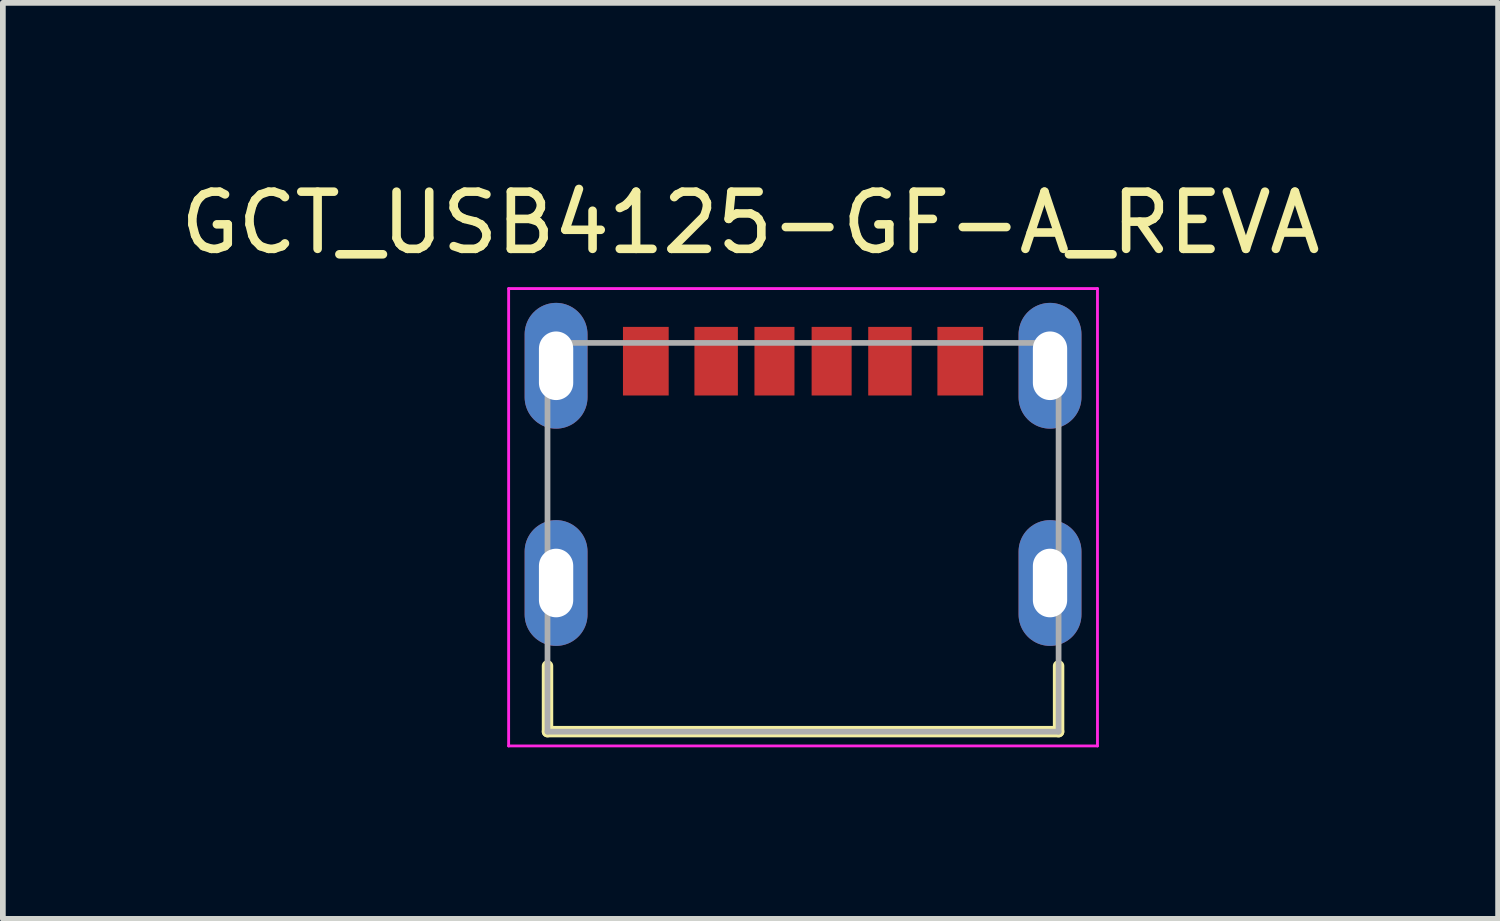
<source format=kicad_pcb>
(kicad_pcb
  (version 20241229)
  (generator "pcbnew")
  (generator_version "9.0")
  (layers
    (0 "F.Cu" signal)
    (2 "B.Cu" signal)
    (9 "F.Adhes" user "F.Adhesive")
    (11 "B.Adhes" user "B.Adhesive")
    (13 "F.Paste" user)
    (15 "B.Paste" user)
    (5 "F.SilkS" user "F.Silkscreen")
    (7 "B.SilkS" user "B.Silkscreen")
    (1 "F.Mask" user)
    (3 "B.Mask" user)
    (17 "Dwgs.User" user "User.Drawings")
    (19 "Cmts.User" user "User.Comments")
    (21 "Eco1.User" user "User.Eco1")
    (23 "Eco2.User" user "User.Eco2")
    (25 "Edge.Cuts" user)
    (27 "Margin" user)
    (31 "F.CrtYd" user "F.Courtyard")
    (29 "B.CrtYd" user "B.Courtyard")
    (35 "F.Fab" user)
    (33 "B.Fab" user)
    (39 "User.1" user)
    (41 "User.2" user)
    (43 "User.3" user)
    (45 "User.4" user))
  (footprint "GCT_USB4125-GF-A_REVA"
    (layer "F.Cu")
    (at 10.997 3.348)
    (property "Reference" "GCT_USB4125-GF-A_REVA" (at -0.92 -2.5 180) (layer "F.SilkS") (effects (font (size 1 1) (thickness 0.15))))
    (attr through_hole)
    (fp_line (start -4.47 5.25) (end -4.47 6.4) (stroke (width 0.2) (type solid)) (layer "F.SilkS"))
    (fp_line (start -4.47 6.4) (end 4.47 6.4) (stroke (width 0.2) (type solid)) (layer "F.SilkS"))
    (fp_line (start 4.47 6.4) (end 4.47 5.25) (stroke (width 0.2) (type solid)) (layer "F.SilkS"))
    (fp_line (start -5.15 -1.35) (end 5.15 -1.35) (stroke (width 0.05) (type solid)) (layer "F.CrtYd"))
    (fp_line (start -5.15 6.65) (end -5.15 -1.35) (stroke (width 0.05) (type solid)) (layer "F.CrtYd"))
    (fp_line (start 5.15 -1.35) (end 5.15 6.65) (stroke (width 0.05) (type solid)) (layer "F.CrtYd"))
    (fp_line (start 5.15 6.65) (end -5.15 6.65) (stroke (width 0.05) (type solid)) (layer "F.CrtYd"))
    (fp_line (start -4.47 -0.4) (end 4.47 -0.4) (stroke (width 0.1) (type solid)) (layer "F.Fab"))
    (fp_line (start -4.47 6.4) (end -4.47 -0.4) (stroke (width 0.1) (type solid)) (layer "F.Fab"))
    (fp_line (start 4.47 -0.4) (end 4.47 6.4) (stroke (width 0.1) (type solid)) (layer "F.Fab"))
    (fp_line (start 4.47 6.4) (end -4.47 6.4) (stroke (width 0.1) (type solid)) (layer "F.Fab"))
    (pad "A5" smd rect (at -0.5 -0.08) (size 0.7 1.2) (layers "F.Cu" "F.Mask" "F.Paste"))
    (pad "A9" smd rect (at 1.52 -0.08) (size 0.76 1.2) (layers "F.Cu" "F.Mask" "F.Paste"))
    (pad "A12" smd rect (at 2.75 -0.08) (size 0.8 1.2) (layers "F.Cu" "F.Mask" "F.Paste"))
    (pad "B5" smd rect (at 0.5 -0.08) (size 0.7 1.2) (layers "F.Cu" "F.Mask" "F.Paste"))
    (pad "B9" smd rect (at -1.52 -0.08) (size 0.76 1.2) (layers "F.Cu" "F.Mask" "F.Paste"))
    (pad "B12" smd rect (at -2.75 -0.08) (size 0.8 1.2) (layers "F.Cu" "F.Mask" "F.Paste"))
    (pad "S1" thru_hole oval (at -4.32 0) (size 1.1 2.2) (drill oval 0.6 1.2) (layers "*.Cu" "*.Mask"))
    (pad "S2" thru_hole oval (at 4.32 0) (size 1.1 2.2) (drill oval 0.6 1.2) (layers "*.Cu" "*.Mask"))
    (pad "S3" thru_hole oval (at -4.32 3.8) (size 1.1 2.2) (drill oval 0.6 1.2) (layers "*.Cu" "*.Mask"))
    (pad "S4" thru_hole oval (at 4.32 3.8) (size 1.1 2.2) (drill oval 0.6 1.2) (layers "*.Cu" "*.Mask")))
  (gr_rect
    (start -3 -3)
    (end 23.155 13.023)
    (stroke (width 0.1) (type default))
    (fill no)
    (layer "Edge.Cuts")))
</source>
